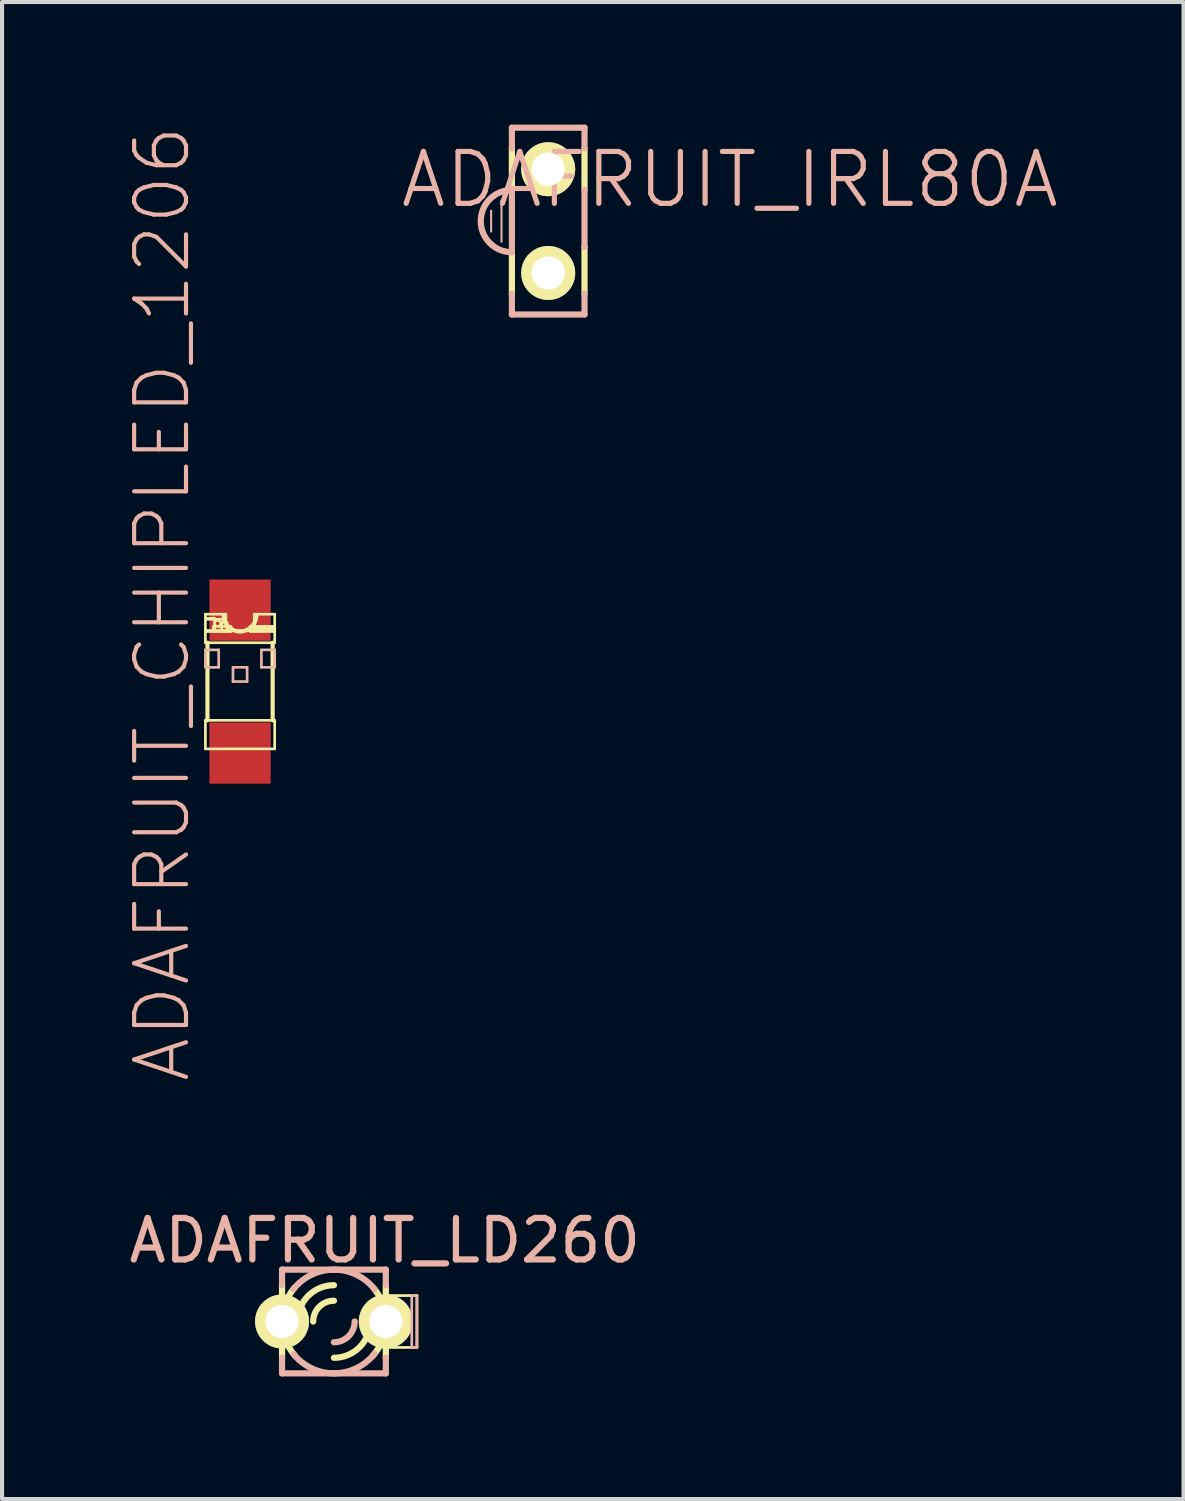
<source format=kicad_pcb>
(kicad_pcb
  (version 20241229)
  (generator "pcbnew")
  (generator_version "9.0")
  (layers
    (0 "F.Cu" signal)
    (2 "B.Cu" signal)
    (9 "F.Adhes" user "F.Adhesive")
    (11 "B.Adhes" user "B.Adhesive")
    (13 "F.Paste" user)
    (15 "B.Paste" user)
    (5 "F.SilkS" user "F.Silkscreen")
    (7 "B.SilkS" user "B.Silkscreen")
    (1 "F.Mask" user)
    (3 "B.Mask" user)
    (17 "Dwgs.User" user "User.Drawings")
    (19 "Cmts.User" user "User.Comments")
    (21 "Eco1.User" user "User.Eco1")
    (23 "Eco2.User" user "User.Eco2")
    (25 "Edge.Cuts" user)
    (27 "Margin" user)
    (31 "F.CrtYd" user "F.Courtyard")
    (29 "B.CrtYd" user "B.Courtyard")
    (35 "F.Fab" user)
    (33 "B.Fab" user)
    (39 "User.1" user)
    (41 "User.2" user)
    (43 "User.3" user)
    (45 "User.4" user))
  (footprint "ADAFRUIT_CHIPLED_1206"
    (layer "F.Cu")
    (at 2.826 13.633)
    (property "Reference" "ADAFRUIT_CHIPLED_1206" (at -1.905 -1.905 90) (layer "B.SilkS") (effects (font (size 1.27 1.27) (thickness 0.102))))
    (attr smd)
    (fp_line (start -0.848 -1.648) (end -0.348 -1.648) (stroke (width 0.066) (type solid)) (layer "F.SilkS"))
    (fp_line (start -0.848 -1.549) (end -0.625 -1.549) (stroke (width 0.066) (type solid)) (layer "F.SilkS"))
    (fp_line (start -0.848 -1.524) (end -0.848 -1.648) (stroke (width 0.066) (type solid)) (layer "F.SilkS"))
    (fp_line (start -0.848 -1.524) (end -0.348 -1.524) (stroke (width 0.066) (type solid)) (layer "F.SilkS"))
    (fp_line (start -0.848 -1.25) (end 0.848 -1.25) (stroke (width 0.066) (type solid)) (layer "F.SilkS"))
    (fp_line (start -0.848 -1.224) (end -0.848 -1.549) (stroke (width 0.066) (type solid)) (layer "F.SilkS"))
    (fp_line (start -0.848 -1.224) (end -0.625 -1.224) (stroke (width 0.066) (type solid)) (layer "F.SilkS"))
    (fp_line (start -0.848 -0.95) (end -0.848 -1.25) (stroke (width 0.066) (type solid)) (layer "F.SilkS"))
    (fp_line (start -0.848 -0.95) (end 0.848 -0.95) (stroke (width 0.066) (type solid)) (layer "F.SilkS"))
    (fp_line (start -0.848 0.95) (end 0.848 0.95) (stroke (width 0.066) (type solid)) (layer "F.SilkS"))
    (fp_line (start -0.848 1.648) (end -0.848 0.95) (stroke (width 0.066) (type solid)) (layer "F.SilkS"))
    (fp_line (start -0.848 1.648) (end 0.848 1.648) (stroke (width 0.066) (type solid)) (layer "F.SilkS"))
    (fp_line (start -0.798 0.95) (end -0.798 -0.95) (stroke (width 0.102) (type solid)) (layer "F.SilkS"))
    (fp_line (start -0.648 -1.349) (end -0.224 -1.349) (stroke (width 0.066) (type solid)) (layer "F.SilkS"))
    (fp_line (start -0.648 -1.224) (end -0.648 -1.349) (stroke (width 0.066) (type solid)) (layer "F.SilkS"))
    (fp_line (start -0.648 -1.224) (end -0.224 -1.224) (stroke (width 0.066) (type solid)) (layer "F.SilkS"))
    (fp_line (start -0.625 -1.224) (end -0.625 -1.549) (stroke (width 0.066) (type solid)) (layer "F.SilkS"))
    (fp_line (start -0.45 -1.448) (end -0.323 -1.448) (stroke (width 0.066) (type solid)) (layer "F.SilkS"))
    (fp_line (start -0.45 -1.224) (end -0.45 -1.448) (stroke (width 0.066) (type solid)) (layer "F.SilkS"))
    (fp_line (start -0.45 -1.224) (end -0.323 -1.224) (stroke (width 0.066) (type solid)) (layer "F.SilkS"))
    (fp_line (start -0.348 -1.524) (end -0.348 -1.648) (stroke (width 0.066) (type solid)) (layer "F.SilkS"))
    (fp_line (start -0.323 -1.224) (end -0.323 -1.448) (stroke (width 0.066) (type solid)) (layer "F.SilkS"))
    (fp_line (start -0.224 -1.224) (end -0.224 -1.349) (stroke (width 0.066) (type solid)) (layer "F.SilkS"))
    (fp_line (start 0.249 -1.349) (end 0.848 -1.349) (stroke (width 0.066) (type solid)) (layer "F.SilkS"))
    (fp_line (start 0.249 -1.224) (end 0.249 -1.349) (stroke (width 0.066) (type solid)) (layer "F.SilkS"))
    (fp_line (start 0.249 -1.224) (end 0.848 -1.224) (stroke (width 0.066) (type solid)) (layer "F.SilkS"))
    (fp_line (start 0.348 -1.648) (end 0.848 -1.648) (stroke (width 0.066) (type solid)) (layer "F.SilkS"))
    (fp_line (start 0.348 -1.298) (end 0.348 -1.648) (stroke (width 0.066) (type solid)) (layer "F.SilkS"))
    (fp_line (start 0.348 -1.298) (end 0.848 -1.298) (stroke (width 0.066) (type solid)) (layer "F.SilkS"))
    (fp_line (start 0.798 -0.95) (end 0.798 0.95) (stroke (width 0.102) (type solid)) (layer "F.SilkS"))
    (fp_line (start 0.848 -1.298) (end 0.848 -1.648) (stroke (width 0.066) (type solid)) (layer "F.SilkS"))
    (fp_line (start 0.848 -1.224) (end 0.848 -1.349) (stroke (width 0.066) (type solid)) (layer "F.SilkS"))
    (fp_line (start 0.848 -0.95) (end 0.848 -1.25) (stroke (width 0.066) (type solid)) (layer "F.SilkS"))
    (fp_line (start 0.848 1.648) (end 0.848 0.95) (stroke (width 0.066) (type solid)) (layer "F.SilkS"))
    (fp_arc (start 0.39878 -1.62306) (mid 0 -1.22428) (end -0.39878 -1.62306) (stroke (width 0.1016) (type solid)) (layer "F.SilkS"))
    (fp_circle (center -0.549 -1.425) (end -0.597 -1.473) (stroke (width 0.051) (type solid)) (fill no) (layer "F.SilkS"))
    (fp_line (start -0.848 -0.775) (end -0.523 -0.775) (stroke (width 0.066) (type solid)) (layer "B.SilkS"))
    (fp_line (start -0.848 -0.348) (end -0.848 -0.775) (stroke (width 0.066) (type solid)) (layer "B.SilkS"))
    (fp_line (start -0.848 -0.348) (end -0.523 -0.348) (stroke (width 0.066) (type solid)) (layer "B.SilkS"))
    (fp_line (start -0.523 -0.348) (end -0.523 -0.775) (stroke (width 0.066) (type solid)) (layer "B.SilkS"))
    (fp_line (start -0.173 -0.348) (end 0.173 -0.348) (stroke (width 0.066) (type solid)) (layer "B.SilkS"))
    (fp_line (start -0.173 0) (end -0.173 -0.348) (stroke (width 0.066) (type solid)) (layer "B.SilkS"))
    (fp_line (start -0.173 0) (end 0.173 0) (stroke (width 0.066) (type solid)) (layer "B.SilkS"))
    (fp_line (start 0.173 0) (end 0.173 -0.348) (stroke (width 0.066) (type solid)) (layer "B.SilkS"))
    (fp_line (start 0.523 -0.775) (end 0.848 -0.775) (stroke (width 0.066) (type solid)) (layer "B.SilkS"))
    (fp_line (start 0.523 -0.348) (end 0.523 -0.775) (stroke (width 0.066) (type solid)) (layer "B.SilkS"))
    (fp_line (start 0.523 -0.348) (end 0.848 -0.348) (stroke (width 0.066) (type solid)) (layer "B.SilkS"))
    (fp_line (start 0.848 -0.348) (end 0.848 -0.775) (stroke (width 0.066) (type solid)) (layer "B.SilkS"))
    (pad "A" smd rect (at 0 1.75) (size 1.499 1.499) (layers "F.Cu" "F.Mask" "F.Paste"))
    (pad "C" smd rect (at 0 -1.748) (size 1.499 1.499) (layers "F.Cu" "F.Mask" "F.Paste")))
  (footprint "ADAFRUIT_LD260"
    (layer "F.Cu")
    (at 5.124 29.298)
    (property "Reference" "ADAFRUIT_LD260" (at 1.245 -1.981 0) (layer "B.SilkS") (effects (font (size 1.016 1.016) (thickness 0.152))))
    (attr exclude_from_pos_files exclude_from_bom)
    (fp_line (start -1.27 0.889) (end -1.27 -0.889) (stroke (width 0.152) (type solid)) (layer "F.SilkS"))
    (fp_line (start 1.27 -0.889) (end 1.27 0.889) (stroke (width 0.152) (type solid)) (layer "F.SilkS"))
    (fp_line (start 1.27 -0.635) (end 2.032 -0.635) (stroke (width 0.066) (type solid)) (layer "F.SilkS"))
    (fp_line (start 1.27 0.635) (end 1.27 -0.635) (stroke (width 0.066) (type solid)) (layer "F.SilkS"))
    (fp_line (start 1.27 0.635) (end 2.032 0.635) (stroke (width 0.066) (type solid)) (layer "F.SilkS"))
    (fp_line (start 2.032 0.635) (end 2.032 -0.635) (stroke (width 0.066) (type solid)) (layer "F.SilkS"))
    (fp_arc (start -1.27 0) (mid -1.191119 -0.440608) (end -0.964275 -0.826483) (stroke (width 0.1524) (type solid)) (layer "F.SilkS"))
    (fp_arc (start -0.96266 0.8255) (mid -1.189264 0.440246) (end -1.268134 0.000304) (stroke (width 0.1524) (type solid)) (layer "F.SilkS"))
    (fp_arc (start -0.889 0) (mid -0.628618 -0.628618) (end 0 -0.889) (stroke (width 0.1524) (type solid)) (layer "F.SilkS"))
    (fp_arc (start -0.508 0) (mid -0.35921 -0.35921) (end 0 -0.508) (stroke (width 0.1524) (type solid)) (layer "F.SilkS"))
    (fp_arc (start 0.889 0) (mid 0.628618 0.628618) (end 0 0.889) (stroke (width 0.1524) (type solid)) (layer "F.SilkS"))
    (fp_arc (start 0.97536 -0.8128) (mid 1.19378 -0.432273) (end 1.269634 -0.000123) (stroke (width 0.1524) (type solid)) (layer "F.SilkS"))
    (fp_arc (start 1.27 0) (mid 1.189185 0.445801) (end 0.957026 0.834867) (stroke (width 0.1524) (type solid)) (layer "F.SilkS"))
    (fp_line (start -1.27 -1.27) (end -1.27 -0.889) (stroke (width 0.152) (type solid)) (layer "B.SilkS"))
    (fp_line (start -1.27 1.27) (end -1.27 0.889) (stroke (width 0.152) (type solid)) (layer "B.SilkS"))
    (fp_line (start -1.27 1.27) (end 1.27 1.27) (stroke (width 0.152) (type solid)) (layer "B.SilkS"))
    (fp_line (start 1.27 -1.27) (end -1.27 -1.27) (stroke (width 0.152) (type solid)) (layer "B.SilkS"))
    (fp_line (start 1.27 -1.27) (end 1.27 -0.889) (stroke (width 0.152) (type solid)) (layer "B.SilkS"))
    (fp_line (start 1.27 1.27) (end 1.27 0.889) (stroke (width 0.152) (type solid)) (layer "B.SilkS"))
    (fp_line (start 1.905 -0.635) (end 2.032 -0.635) (stroke (width 0.066) (type solid)) (layer "B.SilkS"))
    (fp_line (start 1.905 0.635) (end 1.905 -0.635) (stroke (width 0.066) (type solid)) (layer "B.SilkS"))
    (fp_line (start 1.905 0.635) (end 2.032 0.635) (stroke (width 0.066) (type solid)) (layer "B.SilkS"))
    (fp_line (start 2.032 0.635) (end 2.032 -0.635) (stroke (width 0.066) (type solid)) (layer "B.SilkS"))
    (fp_arc (start -0.9906 -0.79248) (mid -0.549939 -1.143189) (end -0.00089 -1.268587) (stroke (width 0.1524) (type solid)) (layer "B.SilkS"))
    (fp_arc (start 0 -1.27) (mid 0.549748 -1.144848) (end 0.991147 -0.794058) (stroke (width 0.1524) (type solid)) (layer "B.SilkS"))
    (fp_arc (start 0 1.27) (mid -0.549748 1.144848) (end -0.991147 0.794058) (stroke (width 0.1524) (type solid)) (layer "B.SilkS"))
    (fp_arc (start 0.508 0) (mid 0.35921 0.35921) (end 0 0.508) (stroke (width 0.1524) (type solid)) (layer "B.SilkS"))
    (fp_arc (start 0.9906 0.79248) (mid 0.549939 1.143189) (end 0.00089 1.268587) (stroke (width 0.1524) (type solid)) (layer "B.SilkS"))
    (pad "A" thru_hole circle (at -1.27 0) (size 1.321 1.321) (drill 0.813) (layers "*.Cu" "F.Mask" "F.SilkS" "F.Paste"))
    (pad "K" thru_hole circle (at 1.27 0) (size 1.321 1.321) (drill 0.813) (layers "*.Cu" "F.Mask" "F.SilkS" "F.Paste")))
  (footprint "ADAFRUIT_IRL80A"
    (layer "F.Cu")
    (at 10.369 2.362)
    (property "Reference" "ADAFRUIT_IRL80A" (at 4.445 -1.016 0) (layer "B.SilkS") (effects (font (size 1.27 1.27) (thickness 0.127))))
    (attr exclude_from_pos_files exclude_from_bom)
    (fp_line (start -0.889 -1.778) (end -0.889 -0.762) (stroke (width 0.152) (type solid)) (layer "F.SilkS"))
    (fp_line (start -0.889 0.762) (end -0.889 1.778) (stroke (width 0.152) (type solid)) (layer "F.SilkS"))
    (fp_line (start 0.889 -1.778) (end 0.889 -0.762) (stroke (width 0.152) (type solid)) (layer "F.SilkS"))
    (fp_line (start 0.889 0.635) (end 0.889 1.778) (stroke (width 0.152) (type solid)) (layer "F.SilkS"))
    (fp_line (start -1.397 -0.254) (end -1.397 0.254) (stroke (width 0.051) (type solid)) (layer "B.SilkS"))
    (fp_line (start -1.143 -0.508) (end -1.143 0.508) (stroke (width 0.051) (type solid)) (layer "B.SilkS"))
    (fp_line (start -0.889 -2.286) (end -0.889 -1.778) (stroke (width 0.152) (type solid)) (layer "B.SilkS"))
    (fp_line (start -0.889 -2.286) (end 0.889 -2.286) (stroke (width 0.152) (type solid)) (layer "B.SilkS"))
    (fp_line (start -0.889 -0.762) (end -0.889 0.762) (stroke (width 0.152) (type solid)) (layer "B.SilkS"))
    (fp_line (start -0.889 1.778) (end -0.889 2.286) (stroke (width 0.152) (type solid)) (layer "B.SilkS"))
    (fp_line (start 0.889 -2.286) (end 0.889 -1.778) (stroke (width 0.152) (type solid)) (layer "B.SilkS"))
    (fp_line (start 0.889 -0.762) (end 0.889 0.635) (stroke (width 0.152) (type solid)) (layer "B.SilkS"))
    (fp_line (start 0.889 1.778) (end 0.889 2.286) (stroke (width 0.152) (type solid)) (layer "B.SilkS"))
    (fp_line (start 0.889 2.286) (end -0.889 2.286) (stroke (width 0.152) (type solid)) (layer "B.SilkS"))
    (fp_arc (start -0.889 0.762) (mid -1.651 0) (end -0.889 -0.762) (stroke (width 0.1524) (type solid)) (layer "B.SilkS"))
    (pad "A" thru_hole circle (at 0 1.27) (size 1.321 1.321) (drill 0.813) (layers "*.Cu" "F.Mask" "F.SilkS" "F.Paste"))
    (pad "K" thru_hole circle (at 0 -1.27) (size 1.321 1.321) (drill 0.813) (layers "*.Cu" "F.Mask" "F.SilkS" "F.Paste")))
  (gr_rect
    (start -3 -3)
    (end 25.921 33.644)
    (stroke (width 0.1) (type default))
    (fill no)
    (layer "Edge.Cuts")))
</source>
